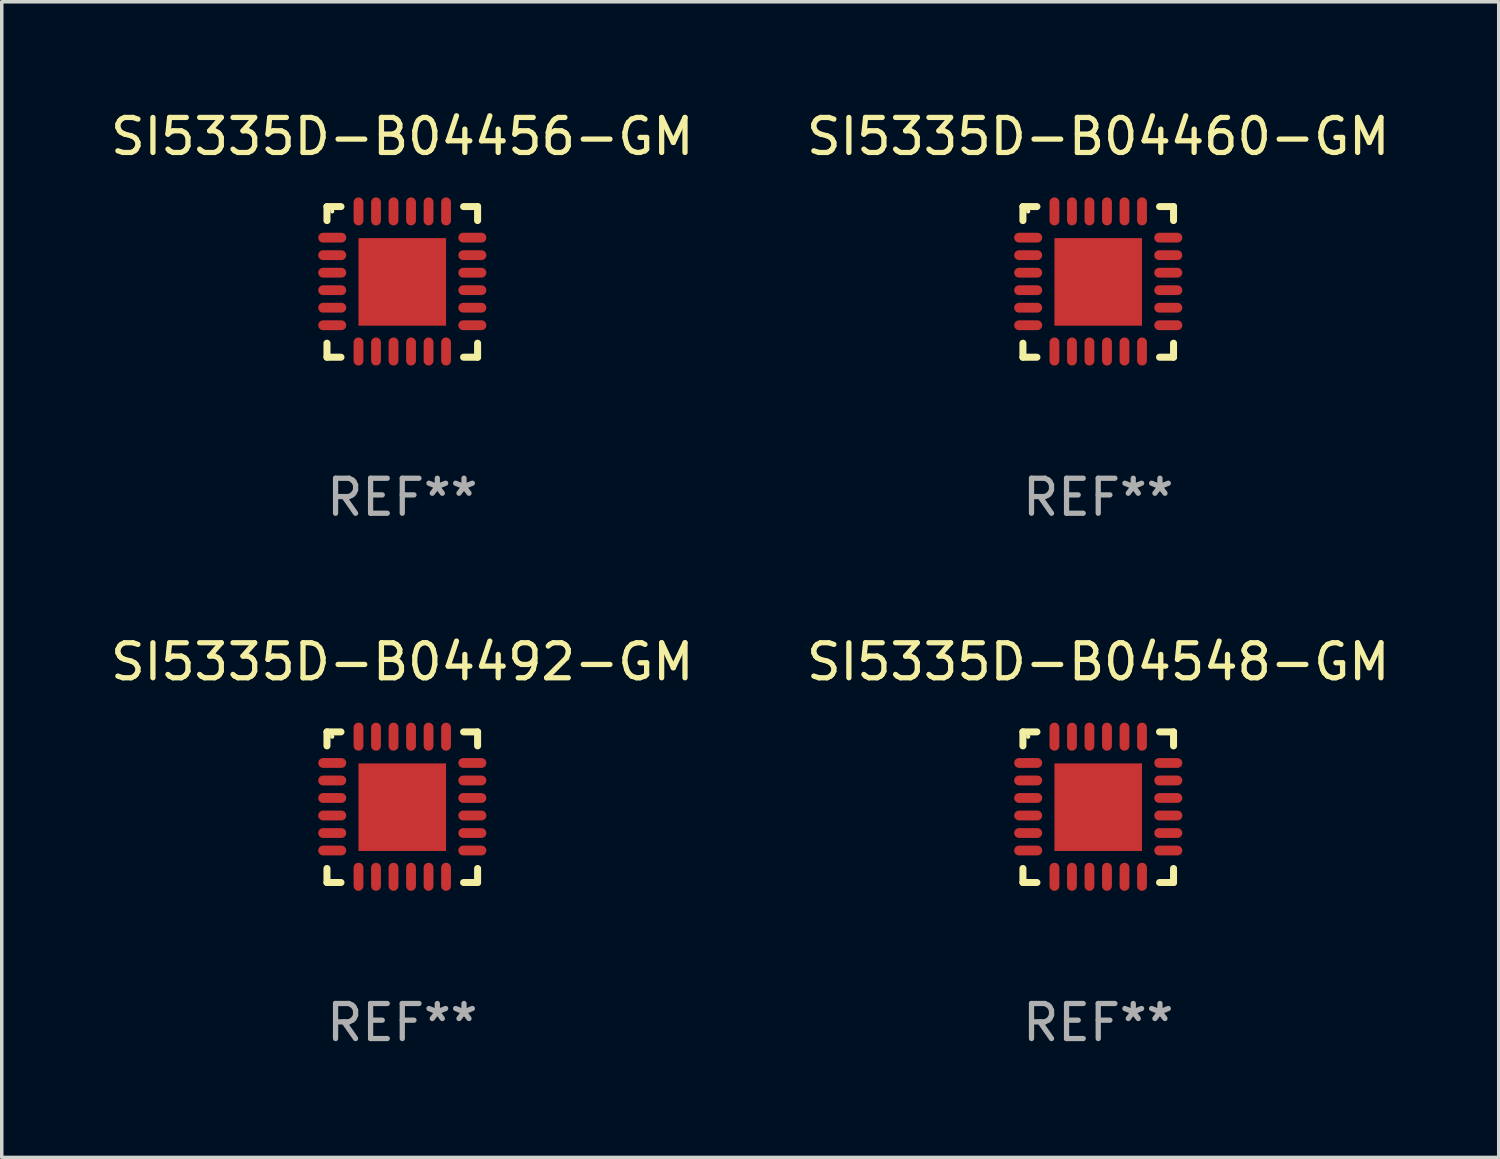
<source format=kicad_pcb>
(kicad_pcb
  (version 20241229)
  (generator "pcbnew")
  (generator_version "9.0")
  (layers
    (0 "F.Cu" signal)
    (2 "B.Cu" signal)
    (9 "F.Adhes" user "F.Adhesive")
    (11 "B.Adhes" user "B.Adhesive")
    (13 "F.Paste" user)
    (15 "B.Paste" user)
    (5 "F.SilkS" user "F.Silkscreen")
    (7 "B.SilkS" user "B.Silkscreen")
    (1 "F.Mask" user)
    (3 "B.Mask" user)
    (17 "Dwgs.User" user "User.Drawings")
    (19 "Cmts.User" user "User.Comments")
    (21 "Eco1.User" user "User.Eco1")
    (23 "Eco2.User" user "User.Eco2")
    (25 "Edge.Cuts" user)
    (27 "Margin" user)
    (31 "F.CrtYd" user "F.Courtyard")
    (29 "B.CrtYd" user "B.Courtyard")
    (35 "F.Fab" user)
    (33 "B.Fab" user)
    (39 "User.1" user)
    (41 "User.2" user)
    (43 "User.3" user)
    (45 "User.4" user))
  (footprint "SI5335D-B04492-GM"
    (layer "F.Cu")
    (at 8.435 19.995)
    (property "Reference" "SI5335D-B04492-GM" (at 0 -4.15 0) (layer "F.SilkS") (effects (font (size 1 1) (thickness 0.15))))
    (attr through_hole)
    (fp_line (start -2.15 -2.15) (end -1.75 -2.15) (stroke (width 0.2) (type solid)) (layer "F.SilkS"))
    (fp_line (start -2.15 -1.75) (end -2.15 -2.15) (stroke (width 0.2) (type solid)) (layer "F.SilkS"))
    (fp_line (start -2.15 2.15) (end -2.15 1.75) (stroke (width 0.2) (type solid)) (layer "F.SilkS"))
    (fp_line (start -1.75 2.15) (end -2.15 2.15) (stroke (width 0.2) (type solid)) (layer "F.SilkS"))
    (fp_line (start 1.75 -2.15) (end 2.15 -2.15) (stroke (width 0.2) (type solid)) (layer "F.SilkS"))
    (fp_line (start 1.75 2.15) (end 2.15 2.15) (stroke (width 0.2) (type solid)) (layer "F.SilkS"))
    (fp_line (start 2.15 -2.15) (end 2.15 -1.75) (stroke (width 0.2) (type solid)) (layer "F.SilkS"))
    (fp_line (start 2.15 2.15) (end 2.15 1.75) (stroke (width 0.2) (type solid)) (layer "F.SilkS"))
    (fp_circle (center -2 -2.013) (end -1.97 -2.013) (stroke (width 0.06) (type solid)) (fill no) (layer "F.SilkS"))
    (fp_text user "REF**" (at 0 6.15 0) (layer "F.Fab") (effects (font (size 1 1) (thickness 0.15))))
    (pad "1" smd oval (at -2 -1.263) (size 0.8 0.28) (layers "F.Cu" "F.Mask" "F.Paste"))
    (pad "2" smd oval (at -2 -0.763) (size 0.8 0.28) (layers "F.Cu" "F.Mask" "F.Paste"))
    (pad "3" smd oval (at -2 -0.263) (size 0.8 0.28) (layers "F.Cu" "F.Mask" "F.Paste"))
    (pad "4" smd oval (at -2 0.237) (size 0.8 0.28) (layers "F.Cu" "F.Mask" "F.Paste"))
    (pad "5" smd oval (at -2 0.737) (size 0.8 0.28) (layers "F.Cu" "F.Mask" "F.Paste"))
    (pad "6" smd oval (at -2 1.237) (size 0.8 0.28) (layers "F.Cu" "F.Mask" "F.Paste"))
    (pad "7" smd oval (at -1.25 1.987) (size 0.28 0.8) (layers "F.Cu" "F.Mask" "F.Paste"))
    (pad "8" smd oval (at -0.75 1.987) (size 0.28 0.8) (layers "F.Cu" "F.Mask" "F.Paste"))
    (pad "9" smd oval (at -0.25 1.987) (size 0.28 0.8) (layers "F.Cu" "F.Mask" "F.Paste"))
    (pad "10" smd oval (at 0.25 1.987) (size 0.28 0.8) (layers "F.Cu" "F.Mask" "F.Paste"))
    (pad "11" smd oval (at 0.75 1.987) (size 0.28 0.8) (layers "F.Cu" "F.Mask" "F.Paste"))
    (pad "12" smd oval (at 1.25 1.987) (size 0.28 0.8) (layers "F.Cu" "F.Mask" "F.Paste"))
    (pad "13" smd oval (at 2 1.237) (size 0.8 0.28) (layers "F.Cu" "F.Mask" "F.Paste"))
    (pad "14" smd oval (at 2 0.737) (size 0.8 0.28) (layers "F.Cu" "F.Mask" "F.Paste"))
    (pad "15" smd oval (at 2 0.237) (size 0.8 0.28) (layers "F.Cu" "F.Mask" "F.Paste"))
    (pad "16" smd oval (at 2 -0.263) (size 0.8 0.28) (layers "F.Cu" "F.Mask" "F.Paste"))
    (pad "17" smd oval (at 2 -0.763) (size 0.8 0.28) (layers "F.Cu" "F.Mask" "F.Paste"))
    (pad "18" smd oval (at 2 -1.263) (size 0.8 0.28) (layers "F.Cu" "F.Mask" "F.Paste"))
    (pad "19" smd oval (at 1.25 -2.013) (size 0.28 0.8) (layers "F.Cu" "F.Mask" "F.Paste"))
    (pad "20" smd oval (at 0.75 -2.013) (size 0.28 0.8) (layers "F.Cu" "F.Mask" "F.Paste"))
    (pad "21" smd oval (at 0.25 -2.013) (size 0.28 0.8) (layers "F.Cu" "F.Mask" "F.Paste"))
    (pad "22" smd oval (at -0.25 -2.013) (size 0.28 0.8) (layers "F.Cu" "F.Mask" "F.Paste"))
    (pad "23" smd oval (at -0.75 -2.013) (size 0.28 0.8) (layers "F.Cu" "F.Mask" "F.Paste"))
    (pad "24" smd oval (at -1.25 -2.013) (size 0.28 0.8) (layers "F.Cu" "F.Mask" "F.Paste"))
    (pad "25" smd rect (at -0.000102 -0.00014) (size 2.5 2.5) (layers "F.Cu" "F.Mask" "F.Paste")))
  (footprint "SI5335D-B04460-GM"
    (layer "F.Cu")
    (at 28.304 4.998)
    (property "Reference" "SI5335D-B04460-GM" (at 0 -4.15 0) (layer "F.SilkS") (effects (font (size 1 1) (thickness 0.15))))
    (attr through_hole)
    (fp_line (start -2.15 -2.15) (end -1.75 -2.15) (stroke (width 0.2) (type solid)) (layer "F.SilkS"))
    (fp_line (start -2.15 -1.75) (end -2.15 -2.15) (stroke (width 0.2) (type solid)) (layer "F.SilkS"))
    (fp_line (start -2.15 2.15) (end -2.15 1.75) (stroke (width 0.2) (type solid)) (layer "F.SilkS"))
    (fp_line (start -1.75 2.15) (end -2.15 2.15) (stroke (width 0.2) (type solid)) (layer "F.SilkS"))
    (fp_line (start 1.75 -2.15) (end 2.15 -2.15) (stroke (width 0.2) (type solid)) (layer "F.SilkS"))
    (fp_line (start 1.75 2.15) (end 2.15 2.15) (stroke (width 0.2) (type solid)) (layer "F.SilkS"))
    (fp_line (start 2.15 -2.15) (end 2.15 -1.75) (stroke (width 0.2) (type solid)) (layer "F.SilkS"))
    (fp_line (start 2.15 2.15) (end 2.15 1.75) (stroke (width 0.2) (type solid)) (layer "F.SilkS"))
    (fp_circle (center -2 -2.013) (end -1.97 -2.013) (stroke (width 0.06) (type solid)) (fill no) (layer "F.SilkS"))
    (fp_text user "REF**" (at 0 6.15 0) (layer "F.Fab") (effects (font (size 1 1) (thickness 0.15))))
    (pad "1" smd oval (at -2 -1.263) (size 0.8 0.28) (layers "F.Cu" "F.Mask" "F.Paste"))
    (pad "2" smd oval (at -2 -0.763) (size 0.8 0.28) (layers "F.Cu" "F.Mask" "F.Paste"))
    (pad "3" smd oval (at -2 -0.263) (size 0.8 0.28) (layers "F.Cu" "F.Mask" "F.Paste"))
    (pad "4" smd oval (at -2 0.237) (size 0.8 0.28) (layers "F.Cu" "F.Mask" "F.Paste"))
    (pad "5" smd oval (at -2 0.737) (size 0.8 0.28) (layers "F.Cu" "F.Mask" "F.Paste"))
    (pad "6" smd oval (at -2 1.237) (size 0.8 0.28) (layers "F.Cu" "F.Mask" "F.Paste"))
    (pad "7" smd oval (at -1.25 1.987) (size 0.28 0.8) (layers "F.Cu" "F.Mask" "F.Paste"))
    (pad "8" smd oval (at -0.75 1.987) (size 0.28 0.8) (layers "F.Cu" "F.Mask" "F.Paste"))
    (pad "9" smd oval (at -0.25 1.987) (size 0.28 0.8) (layers "F.Cu" "F.Mask" "F.Paste"))
    (pad "10" smd oval (at 0.25 1.987) (size 0.28 0.8) (layers "F.Cu" "F.Mask" "F.Paste"))
    (pad "11" smd oval (at 0.75 1.987) (size 0.28 0.8) (layers "F.Cu" "F.Mask" "F.Paste"))
    (pad "12" smd oval (at 1.25 1.987) (size 0.28 0.8) (layers "F.Cu" "F.Mask" "F.Paste"))
    (pad "13" smd oval (at 2 1.237) (size 0.8 0.28) (layers "F.Cu" "F.Mask" "F.Paste"))
    (pad "14" smd oval (at 2 0.737) (size 0.8 0.28) (layers "F.Cu" "F.Mask" "F.Paste"))
    (pad "15" smd oval (at 2 0.237) (size 0.8 0.28) (layers "F.Cu" "F.Mask" "F.Paste"))
    (pad "16" smd oval (at 2 -0.263) (size 0.8 0.28) (layers "F.Cu" "F.Mask" "F.Paste"))
    (pad "17" smd oval (at 2 -0.763) (size 0.8 0.28) (layers "F.Cu" "F.Mask" "F.Paste"))
    (pad "18" smd oval (at 2 -1.263) (size 0.8 0.28) (layers "F.Cu" "F.Mask" "F.Paste"))
    (pad "19" smd oval (at 1.25 -2.013) (size 0.28 0.8) (layers "F.Cu" "F.Mask" "F.Paste"))
    (pad "20" smd oval (at 0.75 -2.013) (size 0.28 0.8) (layers "F.Cu" "F.Mask" "F.Paste"))
    (pad "21" smd oval (at 0.25 -2.013) (size 0.28 0.8) (layers "F.Cu" "F.Mask" "F.Paste"))
    (pad "22" smd oval (at -0.25 -2.013) (size 0.28 0.8) (layers "F.Cu" "F.Mask" "F.Paste"))
    (pad "23" smd oval (at -0.75 -2.013) (size 0.28 0.8) (layers "F.Cu" "F.Mask" "F.Paste"))
    (pad "24" smd oval (at -1.25 -2.013) (size 0.28 0.8) (layers "F.Cu" "F.Mask" "F.Paste"))
    (pad "25" smd rect (at -0.000102 -0.00014) (size 2.5 2.5) (layers "F.Cu" "F.Mask" "F.Paste")))
  (footprint "SI5335D-B04456-GM"
    (layer "F.Cu")
    (at 8.435 4.998)
    (property "Reference" "SI5335D-B04456-GM" (at 0 -4.15 0) (layer "F.SilkS") (effects (font (size 1 1) (thickness 0.15))))
    (attr through_hole)
    (fp_line (start -2.15 -2.15) (end -1.75 -2.15) (stroke (width 0.2) (type solid)) (layer "F.SilkS"))
    (fp_line (start -2.15 -1.75) (end -2.15 -2.15) (stroke (width 0.2) (type solid)) (layer "F.SilkS"))
    (fp_line (start -2.15 2.15) (end -2.15 1.75) (stroke (width 0.2) (type solid)) (layer "F.SilkS"))
    (fp_line (start -1.75 2.15) (end -2.15 2.15) (stroke (width 0.2) (type solid)) (layer "F.SilkS"))
    (fp_line (start 1.75 -2.15) (end 2.15 -2.15) (stroke (width 0.2) (type solid)) (layer "F.SilkS"))
    (fp_line (start 1.75 2.15) (end 2.15 2.15) (stroke (width 0.2) (type solid)) (layer "F.SilkS"))
    (fp_line (start 2.15 -2.15) (end 2.15 -1.75) (stroke (width 0.2) (type solid)) (layer "F.SilkS"))
    (fp_line (start 2.15 2.15) (end 2.15 1.75) (stroke (width 0.2) (type solid)) (layer "F.SilkS"))
    (fp_circle (center -2 -2.013) (end -1.97 -2.013) (stroke (width 0.06) (type solid)) (fill no) (layer "F.SilkS"))
    (fp_text user "REF**" (at 0 6.15 0) (layer "F.Fab") (effects (font (size 1 1) (thickness 0.15))))
    (pad "1" smd oval (at -2 -1.263) (size 0.8 0.28) (layers "F.Cu" "F.Mask" "F.Paste"))
    (pad "2" smd oval (at -2 -0.763) (size 0.8 0.28) (layers "F.Cu" "F.Mask" "F.Paste"))
    (pad "3" smd oval (at -2 -0.263) (size 0.8 0.28) (layers "F.Cu" "F.Mask" "F.Paste"))
    (pad "4" smd oval (at -2 0.237) (size 0.8 0.28) (layers "F.Cu" "F.Mask" "F.Paste"))
    (pad "5" smd oval (at -2 0.737) (size 0.8 0.28) (layers "F.Cu" "F.Mask" "F.Paste"))
    (pad "6" smd oval (at -2 1.237) (size 0.8 0.28) (layers "F.Cu" "F.Mask" "F.Paste"))
    (pad "7" smd oval (at -1.25 1.987) (size 0.28 0.8) (layers "F.Cu" "F.Mask" "F.Paste"))
    (pad "8" smd oval (at -0.75 1.987) (size 0.28 0.8) (layers "F.Cu" "F.Mask" "F.Paste"))
    (pad "9" smd oval (at -0.25 1.987) (size 0.28 0.8) (layers "F.Cu" "F.Mask" "F.Paste"))
    (pad "10" smd oval (at 0.25 1.987) (size 0.28 0.8) (layers "F.Cu" "F.Mask" "F.Paste"))
    (pad "11" smd oval (at 0.75 1.987) (size 0.28 0.8) (layers "F.Cu" "F.Mask" "F.Paste"))
    (pad "12" smd oval (at 1.25 1.987) (size 0.28 0.8) (layers "F.Cu" "F.Mask" "F.Paste"))
    (pad "13" smd oval (at 2 1.237) (size 0.8 0.28) (layers "F.Cu" "F.Mask" "F.Paste"))
    (pad "14" smd oval (at 2 0.737) (size 0.8 0.28) (layers "F.Cu" "F.Mask" "F.Paste"))
    (pad "15" smd oval (at 2 0.237) (size 0.8 0.28) (layers "F.Cu" "F.Mask" "F.Paste"))
    (pad "16" smd oval (at 2 -0.263) (size 0.8 0.28) (layers "F.Cu" "F.Mask" "F.Paste"))
    (pad "17" smd oval (at 2 -0.763) (size 0.8 0.28) (layers "F.Cu" "F.Mask" "F.Paste"))
    (pad "18" smd oval (at 2 -1.263) (size 0.8 0.28) (layers "F.Cu" "F.Mask" "F.Paste"))
    (pad "19" smd oval (at 1.25 -2.013) (size 0.28 0.8) (layers "F.Cu" "F.Mask" "F.Paste"))
    (pad "20" smd oval (at 0.75 -2.013) (size 0.28 0.8) (layers "F.Cu" "F.Mask" "F.Paste"))
    (pad "21" smd oval (at 0.25 -2.013) (size 0.28 0.8) (layers "F.Cu" "F.Mask" "F.Paste"))
    (pad "22" smd oval (at -0.25 -2.013) (size 0.28 0.8) (layers "F.Cu" "F.Mask" "F.Paste"))
    (pad "23" smd oval (at -0.75 -2.013) (size 0.28 0.8) (layers "F.Cu" "F.Mask" "F.Paste"))
    (pad "24" smd oval (at -1.25 -2.013) (size 0.28 0.8) (layers "F.Cu" "F.Mask" "F.Paste"))
    (pad "25" smd rect (at -0.000102 -0.00014) (size 2.5 2.5) (layers "F.Cu" "F.Mask" "F.Paste")))
  (footprint "SI5335D-B04548-GM"
    (layer "F.Cu")
    (at 28.304 19.995)
    (property "Reference" "SI5335D-B04548-GM" (at 0 -4.15 0) (layer "F.SilkS") (effects (font (size 1 1) (thickness 0.15))))
    (attr through_hole)
    (fp_line (start -2.15 -2.15) (end -1.75 -2.15) (stroke (width 0.2) (type solid)) (layer "F.SilkS"))
    (fp_line (start -2.15 -1.75) (end -2.15 -2.15) (stroke (width 0.2) (type solid)) (layer "F.SilkS"))
    (fp_line (start -2.15 2.15) (end -2.15 1.75) (stroke (width 0.2) (type solid)) (layer "F.SilkS"))
    (fp_line (start -1.75 2.15) (end -2.15 2.15) (stroke (width 0.2) (type solid)) (layer "F.SilkS"))
    (fp_line (start 1.75 -2.15) (end 2.15 -2.15) (stroke (width 0.2) (type solid)) (layer "F.SilkS"))
    (fp_line (start 1.75 2.15) (end 2.15 2.15) (stroke (width 0.2) (type solid)) (layer "F.SilkS"))
    (fp_line (start 2.15 -2.15) (end 2.15 -1.75) (stroke (width 0.2) (type solid)) (layer "F.SilkS"))
    (fp_line (start 2.15 2.15) (end 2.15 1.75) (stroke (width 0.2) (type solid)) (layer "F.SilkS"))
    (fp_circle (center -2 -2.013) (end -1.97 -2.013) (stroke (width 0.06) (type solid)) (fill no) (layer "F.SilkS"))
    (fp_text user "REF**" (at 0 6.15 0) (layer "F.Fab") (effects (font (size 1 1) (thickness 0.15))))
    (pad "1" smd oval (at -2 -1.263) (size 0.8 0.28) (layers "F.Cu" "F.Mask" "F.Paste"))
    (pad "2" smd oval (at -2 -0.763) (size 0.8 0.28) (layers "F.Cu" "F.Mask" "F.Paste"))
    (pad "3" smd oval (at -2 -0.263) (size 0.8 0.28) (layers "F.Cu" "F.Mask" "F.Paste"))
    (pad "4" smd oval (at -2 0.237) (size 0.8 0.28) (layers "F.Cu" "F.Mask" "F.Paste"))
    (pad "5" smd oval (at -2 0.737) (size 0.8 0.28) (layers "F.Cu" "F.Mask" "F.Paste"))
    (pad "6" smd oval (at -2 1.237) (size 0.8 0.28) (layers "F.Cu" "F.Mask" "F.Paste"))
    (pad "7" smd oval (at -1.25 1.987) (size 0.28 0.8) (layers "F.Cu" "F.Mask" "F.Paste"))
    (pad "8" smd oval (at -0.75 1.987) (size 0.28 0.8) (layers "F.Cu" "F.Mask" "F.Paste"))
    (pad "9" smd oval (at -0.25 1.987) (size 0.28 0.8) (layers "F.Cu" "F.Mask" "F.Paste"))
    (pad "10" smd oval (at 0.25 1.987) (size 0.28 0.8) (layers "F.Cu" "F.Mask" "F.Paste"))
    (pad "11" smd oval (at 0.75 1.987) (size 0.28 0.8) (layers "F.Cu" "F.Mask" "F.Paste"))
    (pad "12" smd oval (at 1.25 1.987) (size 0.28 0.8) (layers "F.Cu" "F.Mask" "F.Paste"))
    (pad "13" smd oval (at 2 1.237) (size 0.8 0.28) (layers "F.Cu" "F.Mask" "F.Paste"))
    (pad "14" smd oval (at 2 0.737) (size 0.8 0.28) (layers "F.Cu" "F.Mask" "F.Paste"))
    (pad "15" smd oval (at 2 0.237) (size 0.8 0.28) (layers "F.Cu" "F.Mask" "F.Paste"))
    (pad "16" smd oval (at 2 -0.263) (size 0.8 0.28) (layers "F.Cu" "F.Mask" "F.Paste"))
    (pad "17" smd oval (at 2 -0.763) (size 0.8 0.28) (layers "F.Cu" "F.Mask" "F.Paste"))
    (pad "18" smd oval (at 2 -1.263) (size 0.8 0.28) (layers "F.Cu" "F.Mask" "F.Paste"))
    (pad "19" smd oval (at 1.25 -2.013) (size 0.28 0.8) (layers "F.Cu" "F.Mask" "F.Paste"))
    (pad "20" smd oval (at 0.75 -2.013) (size 0.28 0.8) (layers "F.Cu" "F.Mask" "F.Paste"))
    (pad "21" smd oval (at 0.25 -2.013) (size 0.28 0.8) (layers "F.Cu" "F.Mask" "F.Paste"))
    (pad "22" smd oval (at -0.25 -2.013) (size 0.28 0.8) (layers "F.Cu" "F.Mask" "F.Paste"))
    (pad "23" smd oval (at -0.75 -2.013) (size 0.28 0.8) (layers "F.Cu" "F.Mask" "F.Paste"))
    (pad "24" smd oval (at -1.25 -2.013) (size 0.28 0.8) (layers "F.Cu" "F.Mask" "F.Paste"))
    (pad "25" smd rect (at -0.000102 -0.00014) (size 2.5 2.5) (layers "F.Cu" "F.Mask" "F.Paste")))
  (gr_rect
    (start -3 -3)
    (end 39.738 29.993)
    (stroke (width 0.1) (type default))
    (fill no)
    (layer "Edge.Cuts")))
</source>
